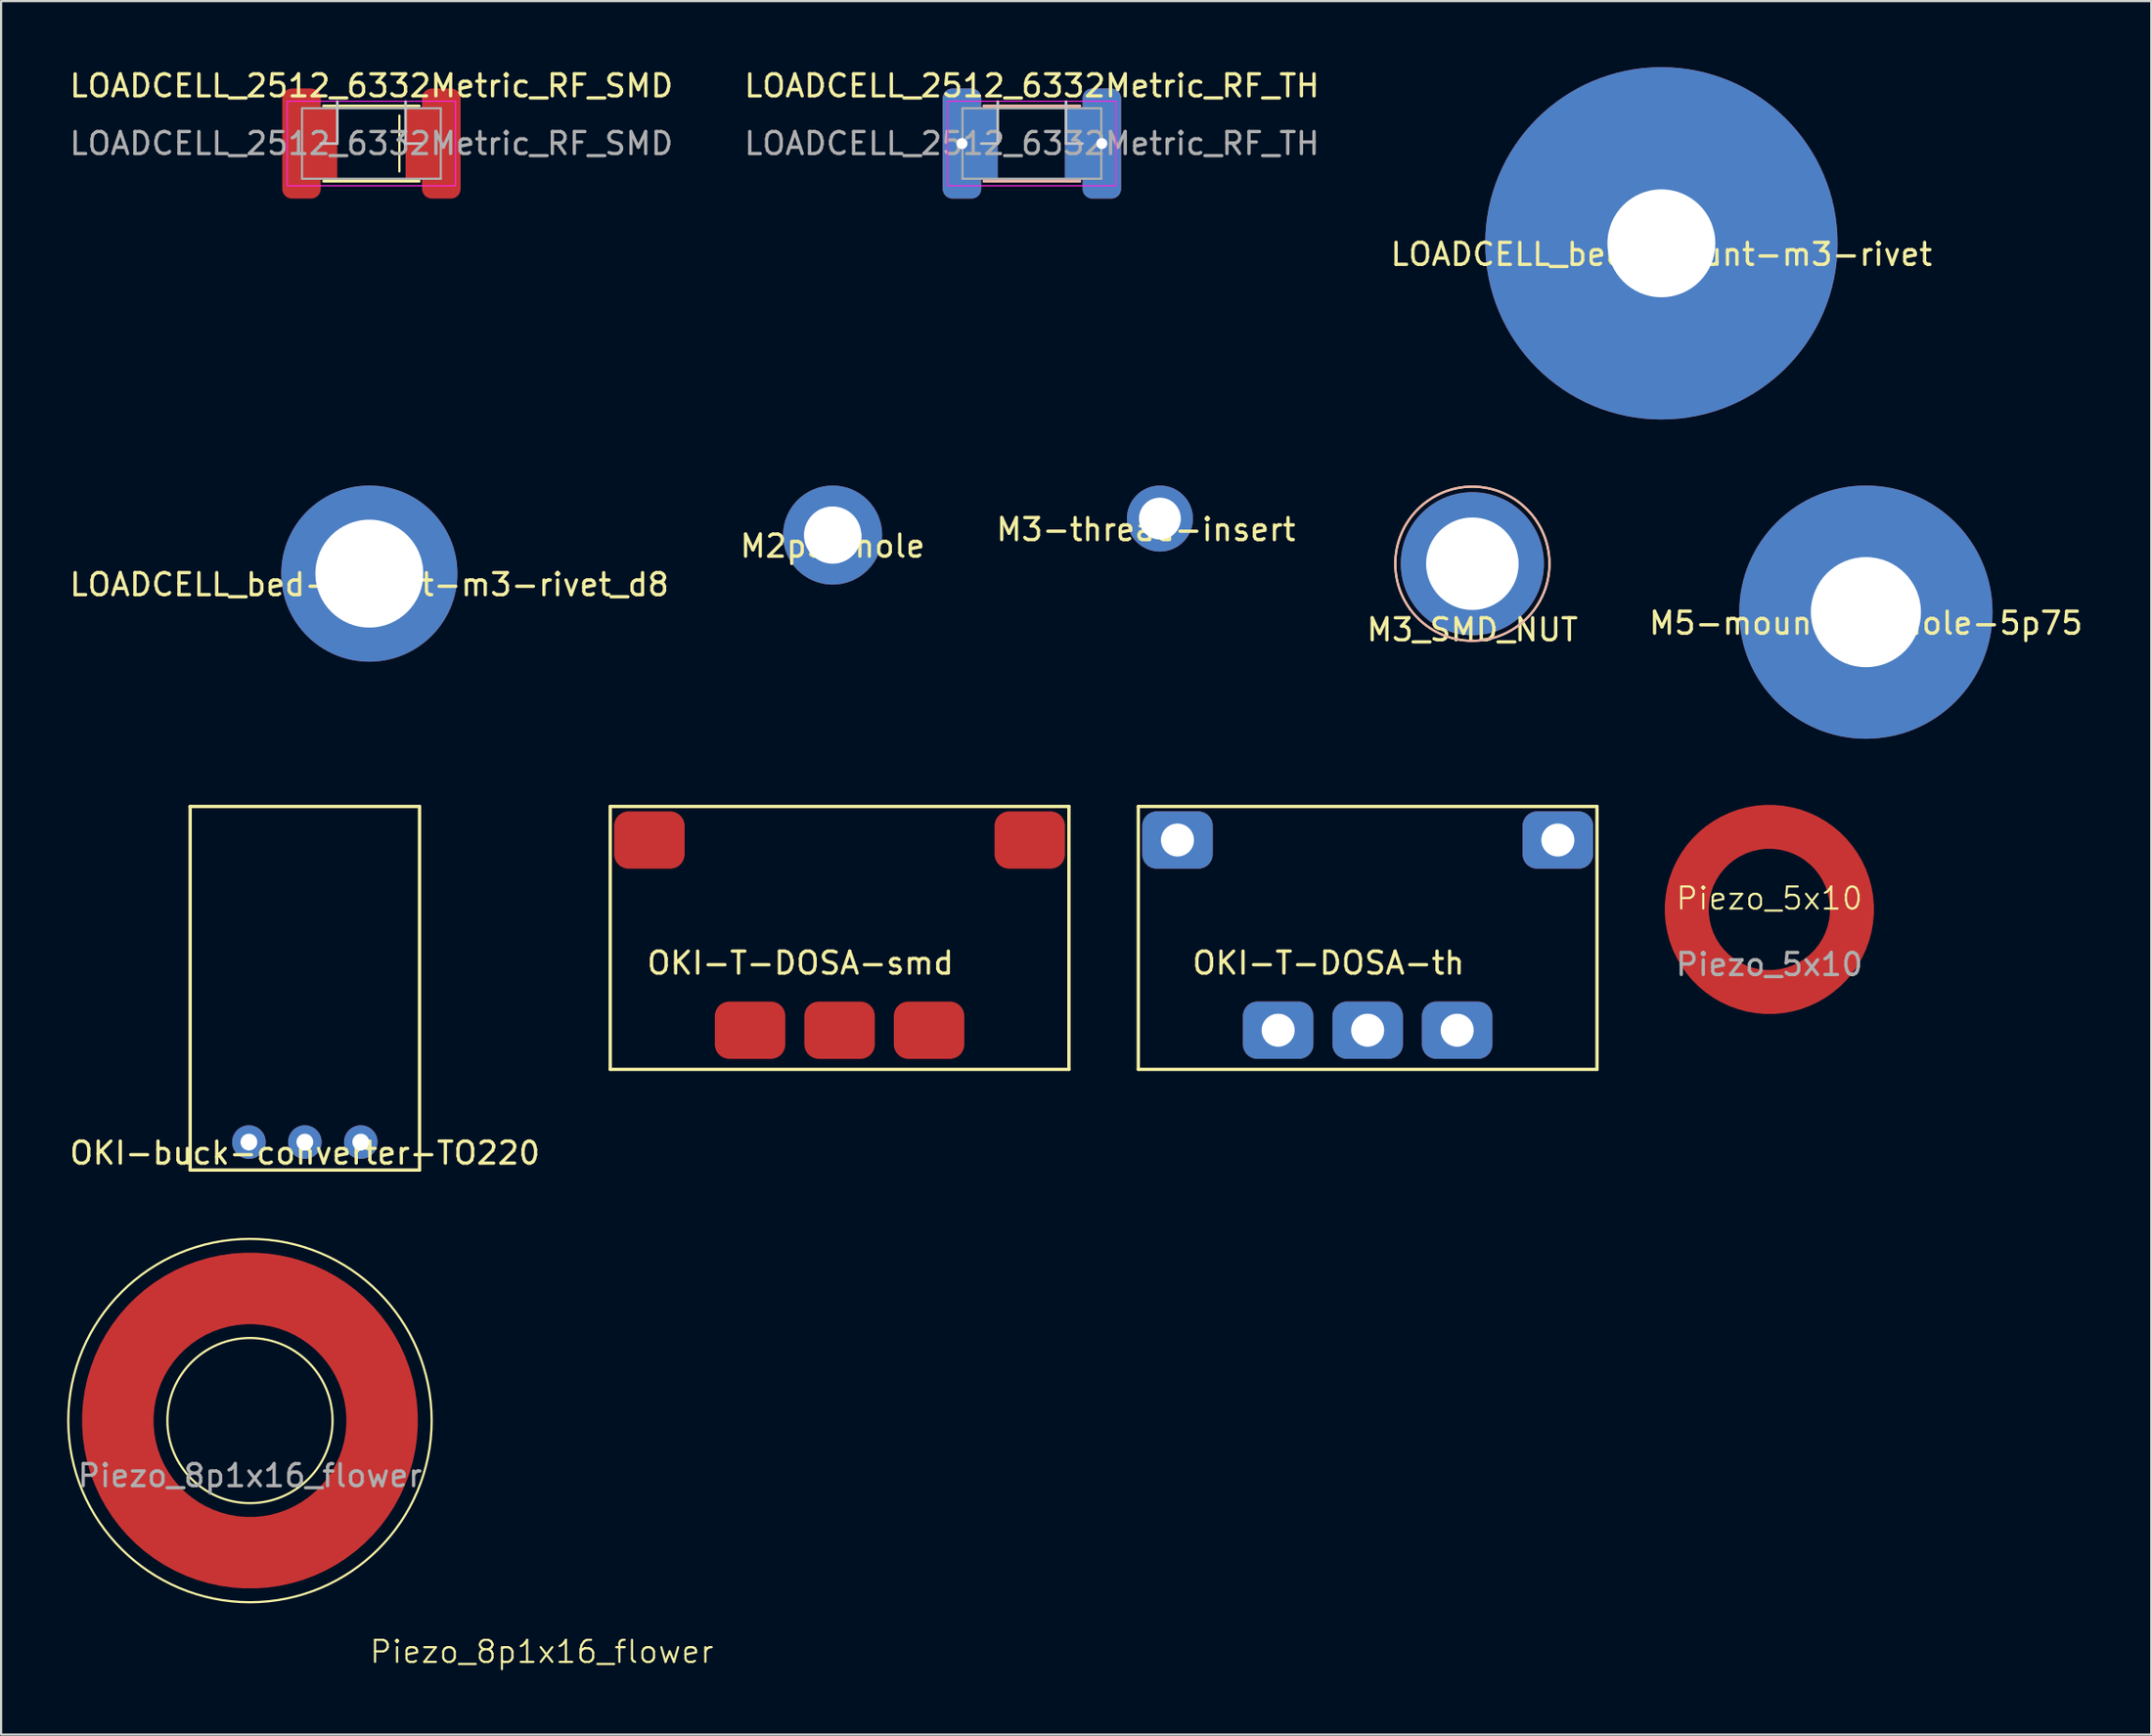
<source format=kicad_pcb>
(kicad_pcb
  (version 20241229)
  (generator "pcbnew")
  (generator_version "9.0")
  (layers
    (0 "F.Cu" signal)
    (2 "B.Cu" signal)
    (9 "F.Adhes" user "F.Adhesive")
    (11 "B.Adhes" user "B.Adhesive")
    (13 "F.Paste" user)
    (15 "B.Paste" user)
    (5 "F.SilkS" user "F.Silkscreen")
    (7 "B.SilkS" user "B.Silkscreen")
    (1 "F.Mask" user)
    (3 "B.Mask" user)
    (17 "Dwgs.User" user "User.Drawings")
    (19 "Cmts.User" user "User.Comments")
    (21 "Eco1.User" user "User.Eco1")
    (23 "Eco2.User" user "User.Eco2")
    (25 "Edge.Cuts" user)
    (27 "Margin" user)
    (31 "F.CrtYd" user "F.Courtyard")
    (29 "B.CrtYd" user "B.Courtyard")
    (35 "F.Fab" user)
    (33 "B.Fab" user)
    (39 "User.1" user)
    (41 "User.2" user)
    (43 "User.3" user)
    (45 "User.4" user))
  (footprint "Piezo_8p1x16_flower"
    (layer "F.Cu")
    (at 8.3 61.463)
    (property "Reference" "Piezo_8p1x16_flower" (at 13.25 10.5 0) (unlocked yes) (layer "F.SilkS") (effects (font (size 1 1) (thickness 0.1))))
    (attr smd)
    (fp_circle (center 0 0) (end 3.75 0) (stroke (width 0.1) (type default)) (fill no) (layer "F.SilkS"))
    (fp_circle (center 0 0) (end 8.25 0) (stroke (width 0.1) (type default)) (fill no) (layer "F.SilkS"))
    (fp_text user "${REFERENCE}" (at 0 2.5 0) (unlocked yes) (layer "F.Fab") (effects (font (size 1 1) (thickness 0.15))))
    (pad "1" smd circle (at -7 0) (size 1 1) (layers "F.Cu" "F.Mask" "F.Paste"))
    (pad "1" smd custom (at 0 -7) (size 1 1) (layers "F.Cu" "F.Mask" "F.Paste") (options (anchor circle)) (primitives (gr_circle (center 0 7) (end 6 7) (width 3.25) (fill no))))
    (pad "1" smd circle (at 0 7) (size 1 1) (layers "F.Cu" "F.Mask" "F.Paste"))
    (pad "1" smd circle (at 7 0) (size 1 1) (layers "F.Cu" "F.Mask" "F.Paste")))
  (footprint "LOADCELL_2512_6332Metric_RF_SMD"
    (layer "F.Cu")
    (at 13.815 3.468)
    (property "Reference" "LOADCELL_2512_6332Metric_RF_SMD" (at 0 -2.62 0) (layer "F.SilkS") (effects (font (size 1 1) (thickness 0.15))))
    (attr smd)
    (fp_line (start -2.177 -1.71) (end 2.177 -1.71) (stroke (width 0.12) (type solid)) (layer "F.SilkS"))
    (fp_line (start -2.177 1.71) (end 2.177 1.71) (stroke (width 0.12) (type solid)) (layer "F.SilkS"))
    (fp_line (start 1.27 -1.27) (end 1.27 1.27) (stroke (width 0.1) (type solid)) (layer "F.SilkS"))
    (fp_line (start -2.3 0) (end -1.55 0) (stroke (width 0.12) (type solid)) (layer "Dwgs.User"))
    (fp_line (start -1.55 0) (end -1.55 -1.9) (stroke (width 0.12) (type solid)) (layer "Dwgs.User"))
    (fp_line (start 1.55 0) (end 1.55 -1.9) (stroke (width 0.12) (type solid)) (layer "Dwgs.User"))
    (fp_line (start 2.3 0) (end 1.55 0) (stroke (width 0.12) (type solid)) (layer "Dwgs.User"))
    (fp_line (start -3.82 -1.92) (end 3.82 -1.92) (stroke (width 0.05) (type solid)) (layer "F.CrtYd"))
    (fp_line (start -3.82 1.92) (end -3.82 -1.92) (stroke (width 0.05) (type solid)) (layer "F.CrtYd"))
    (fp_line (start 3.82 -1.92) (end 3.82 1.92) (stroke (width 0.05) (type solid)) (layer "F.CrtYd"))
    (fp_line (start 3.82 1.92) (end -3.82 1.92) (stroke (width 0.05) (type solid)) (layer "F.CrtYd"))
    (fp_line (start -3.15 -1.6) (end 3.15 -1.6) (stroke (width 0.1) (type solid)) (layer "F.Fab"))
    (fp_line (start -3.15 1.6) (end -3.15 -1.6) (stroke (width 0.1) (type solid)) (layer "F.Fab"))
    (fp_line (start 3.15 -1.6) (end 3.15 1.6) (stroke (width 0.1) (type solid)) (layer "F.Fab"))
    (fp_line (start 3.15 1.6) (end -3.15 1.6) (stroke (width 0.1) (type solid)) (layer "F.Fab"))
    (fp_text user "${REFERENCE}" (at 0 0 0) (layer "F.Fab") (effects (font (size 1 1) (thickness 0.15))))
    (pad "1" smd roundrect (at -3.175 0) (size 1.75 5) (layers "F.Cu" "F.Mask") (roundrect_rratio 0.25))
    (pad "1" smd rect (at -2.35 0) (size 1.6 3.3) (layers "F.Cu" "F.Mask" "F.Paste"))
    (pad "2" smd rect (at 2.35 0) (size 1.6 3.3) (layers "F.Cu" "F.Mask" "F.Paste"))
    (pad "2" smd roundrect (at 3.175 0) (size 1.75 5) (layers "F.Cu" "F.Mask") (roundrect_rratio 0.25)))
  (footprint "OKI-buck-converter-TO220"
    (layer "F.Cu")
    (at 10.792 48.815)
    (property "Reference" "OKI-buck-converter-TO220" (at 0 0.5 0) (layer "F.SilkS") (effects (font (size 1 1) (thickness 0.15))))
    (attr through_hole)
    (fp_line (start -5.207 -15.24) (end -5.207 1.27) (stroke (width 0.15) (type solid)) (layer "F.SilkS"))
    (fp_line (start -5.207 1.27) (end 5.207 1.27) (stroke (width 0.15) (type solid)) (layer "F.SilkS"))
    (fp_line (start 5.207 -15.24) (end -5.207 -15.24) (stroke (width 0.15) (type solid)) (layer "F.SilkS"))
    (fp_line (start 5.207 1.27) (end 5.207 -15.24) (stroke (width 0.15) (type solid)) (layer "F.SilkS"))
    (pad "1" thru_hole circle (at -2.54 0) (size 1.524 1.524) (drill 0.762) (layers "*.Cu" "*.Mask"))
    (pad "2" thru_hole circle (at 0 0) (size 1.524 1.524) (drill 0.762) (layers "*.Cu" "*.Mask"))
    (pad "3" thru_hole circle (at 2.54 0) (size 1.524 1.524) (drill 0.762) (layers "*.Cu" "*.Mask")))
  (footprint "LOADCELL_2512_6332Metric_RF_TH"
    (layer "F.Cu")
    (at 43.804 3.468)
    (property "Reference" "LOADCELL_2512_6332Metric_RF_TH" (at 0 -2.62 0) (layer "F.SilkS") (effects (font (size 1 1) (thickness 0.15))))
    (attr smd)
    (fp_line (start -2.177 -1.71) (end 2.177 -1.71) (stroke (width 0.12) (type solid)) (layer "F.SilkS"))
    (fp_line (start -2.177 1.71) (end 2.177 1.71) (stroke (width 0.12) (type solid)) (layer "F.SilkS"))
    (fp_line (start -2.177 -1.71) (end 2.177 -1.71) (stroke (width 0.12) (type solid)) (layer "B.SilkS"))
    (fp_line (start -2.177 1.71) (end 2.177 1.71) (stroke (width 0.12) (type solid)) (layer "B.SilkS"))
    (fp_line (start -2.3 0) (end -1.55 0) (stroke (width 0.12) (type solid)) (layer "Dwgs.User"))
    (fp_line (start -1.55 0) (end -1.55 -1.9) (stroke (width 0.12) (type solid)) (layer "Dwgs.User"))
    (fp_line (start 1.55 0) (end 1.55 -1.9) (stroke (width 0.12) (type solid)) (layer "Dwgs.User"))
    (fp_line (start 2.3 0) (end 1.55 0) (stroke (width 0.12) (type solid)) (layer "Dwgs.User"))
    (fp_line (start -3.82 -1.92) (end 3.82 -1.92) (stroke (width 0.05) (type solid)) (layer "F.CrtYd"))
    (fp_line (start -3.82 1.92) (end -3.82 -1.92) (stroke (width 0.05) (type solid)) (layer "F.CrtYd"))
    (fp_line (start 3.82 -1.92) (end 3.82 1.92) (stroke (width 0.05) (type solid)) (layer "F.CrtYd"))
    (fp_line (start 3.82 1.92) (end -3.82 1.92) (stroke (width 0.05) (type solid)) (layer "F.CrtYd"))
    (fp_line (start -3.15 -1.6) (end 3.15 -1.6) (stroke (width 0.1) (type solid)) (layer "F.Fab"))
    (fp_line (start -3.15 1.6) (end -3.15 -1.6) (stroke (width 0.1) (type solid)) (layer "F.Fab"))
    (fp_line (start 3.15 -1.6) (end 3.15 1.6) (stroke (width 0.1) (type solid)) (layer "F.Fab"))
    (fp_line (start 3.15 1.6) (end -3.15 1.6) (stroke (width 0.1) (type solid)) (layer "F.Fab"))
    (fp_text user "${REFERENCE}" (at 0 0 0) (layer "F.Fab") (effects (font (size 1 1) (thickness 0.15))))
    (pad "1" thru_hole roundrect (at -3.175 0) (size 1.75 5) (drill 0.5) (layers "*.Cu" "*.Mask") (roundrect_rratio 0.25))
    (pad "1" smd rect (at -2.35 0) (size 1.6 3.3) (layers "F.Cu" "F.Mask" "F.Paste"))
    (pad "1" smd rect (at -2.35 0) (size 1.6 3.3) (layers "B.Cu" "B.Mask" "B.Paste"))
    (pad "2" smd rect (at 2.3 0) (size 1.6 3.3) (layers "F.Cu" "F.Mask" "F.Paste"))
    (pad "2" smd rect (at 2.3 0) (size 1.6 3.3) (layers "B.Cu" "B.Mask" "B.Paste"))
    (pad "2" thru_hole roundrect (at 3.175 0) (size 1.75 5) (drill 0.5) (layers "*.Cu" "*.Mask") (roundrect_rratio 0.25)))
  (footprint "M5-mounting-hole-5p75"
    (layer "F.Cu")
    (at 81.673 24.75)
    (property "Reference" "M5-mounting-hole-5p75" (at 0 0.5 0) (layer "F.SilkS") (effects (font (size 1 1) (thickness 0.15))))
    (attr through_hole)
    (pad "1" thru_hole circle (at 0 0) (size 11.5 11.5) (drill 5) (layers "*.Cu" "*.Mask")))
  (footprint "OKI-T-DOSA-th"
    (layer "F.Cu")
    (at 56.764 42.973)
    (property "Reference" "OKI-T-DOSA-th" (at 0.508 -2.286 0) (layer "F.SilkS") (effects (font (size 1 1) (thickness 0.15))))
    (attr through_hole)
    (fp_line (start -8.128 -9.398) (end -8.128 2.54) (stroke (width 0.15) (type solid)) (layer "F.SilkS"))
    (fp_line (start -8.128 2.54) (end 12.7 2.54) (stroke (width 0.15) (type solid)) (layer "F.SilkS"))
    (fp_line (start 12.7 -9.398) (end -8.128 -9.398) (stroke (width 0.15) (type solid)) (layer "F.SilkS"))
    (fp_line (start 12.7 2.54) (end 12.7 -9.398) (stroke (width 0.15) (type solid)) (layer "F.SilkS"))
    (pad "1" thru_hole roundrect (at 10.922 -7.874) (size 3.2 2.6) (drill 1.5) (layers "*.Cu" "*.Mask") (roundrect_rratio 0.25))
    (pad "2" thru_hole roundrect (at -6.35 -7.874) (size 3.2 2.6) (drill 1.5) (layers "*.Cu" "*.Mask") (roundrect_rratio 0.25))
    (pad "3" thru_hole roundrect (at -1.778 0.762) (size 3.2 2.6) (drill 1.5) (layers "*.Cu" "*.Mask") (roundrect_rratio 0.25))
    (pad "4" thru_hole roundrect (at 2.286 0.762) (size 3.2 2.6) (drill 1.5) (layers "*.Cu" "*.Mask") (roundrect_rratio 0.25))
    (pad "5" thru_hole roundrect (at 6.35 0.762) (size 3.2 2.6) (drill 1.5) (layers "*.Cu" "*.Mask") (roundrect_rratio 0.25)))
  (footprint "LOADCELL_bed-mount-m3-rivet"
    (layer "F.Cu")
    (at 72.387 8)
    (property "Reference" "LOADCELL_bed-mount-m3-rivet" (at 0 0.5 0) (layer "F.SilkS") (effects (font (size 1 1) (thickness 0.15))))
    (attr through_hole)
    (pad "1" thru_hole circle (at 0 0) (size 16 16) (drill 4.9) (layers "*.Cu" "*.Mask")))
  (footprint "OKI-T-DOSA-smd"
    (layer "F.Cu")
    (at 32.786 42.973)
    (property "Reference" "OKI-T-DOSA-smd" (at 0.508 -2.286 0) (layer "F.SilkS") (effects (font (size 1 1) (thickness 0.15))))
    (attr through_hole)
    (fp_line (start -8.128 -9.398) (end -8.128 2.54) (stroke (width 0.15) (type solid)) (layer "F.SilkS"))
    (fp_line (start -8.128 2.54) (end 12.7 2.54) (stroke (width 0.15) (type solid)) (layer "F.SilkS"))
    (fp_line (start 12.7 -9.398) (end -8.128 -9.398) (stroke (width 0.15) (type solid)) (layer "F.SilkS"))
    (fp_line (start 12.7 2.54) (end 12.7 -9.398) (stroke (width 0.15) (type solid)) (layer "F.SilkS"))
    (pad "1" smd roundrect (at 10.922 -7.874) (size 3.2 2.6) (layers "F.Cu" "F.Mask") (roundrect_rratio 0.25))
    (pad "2" smd roundrect (at -6.35 -7.874) (size 3.2 2.6) (layers "F.Cu" "F.Mask") (roundrect_rratio 0.25))
    (pad "3" smd roundrect (at -1.778 0.762) (size 3.2 2.6) (layers "F.Cu" "F.Mask") (roundrect_rratio 0.25))
    (pad "4" smd roundrect (at 2.286 0.762) (size 3.2 2.6) (layers "F.Cu" "F.Mask") (roundrect_rratio 0.25))
    (pad "5" smd roundrect (at 6.35 0.762) (size 3.2 2.6) (layers "F.Cu" "F.Mask") (roundrect_rratio 0.25)))
  (footprint "LOADCELL_bed-mount-m3-rivet_d8"
    (layer "F.Cu")
    (at 13.72 23)
    (property "Reference" "LOADCELL_bed-mount-m3-rivet_d8" (at 0 0.5 0) (layer "F.SilkS") (effects (font (size 1 1) (thickness 0.15))))
    (attr through_hole)
    (pad "1" thru_hole circle (at 0 0) (size 8 8) (drill 4.9) (layers "*.Cu" "*.Mask")))
  (footprint "M3-thread-insert"
    (layer "F.Cu")
    (at 48.982 20.5)
    (property "Reference" "M3-thread-insert" (at 0 0.5 0) (layer "F.SilkS") (effects (font (size 1 1) (thickness 0.15))))
    (attr through_hole)
    (pad "1" thru_hole circle (at 0.635 0) (size 3 3) (drill 1.9) (layers "*.Cu" "*.Mask")))
  (footprint "Piezo_5x10"
    (layer "F.Cu")
    (at 77.289 38.25)
    (property "Reference" "Piezo_5x10" (at 0 -0.5 0) (unlocked yes) (layer "F.SilkS") (effects (font (size 1 1) (thickness 0.1))))
    (attr smd)
    (fp_text user "${REFERENCE}" (at 0 2.5 0) (unlocked yes) (layer "F.Fab") (effects (font (size 1 1) (thickness 0.15))))
    (pad "1" smd custom (at 0 -4) (size 1 1) (layers "F.Cu" "F.Mask" "F.Paste") (options (anchor circle)) (primitives (gr_circle (center 0 4) (end 3.75 4) (width 2) (fill no)))))
  (footprint "M3_SMD_NUT"
    (layer "F.Cu")
    (at 63.804 22.55)
    (property "Reference" "M3_SMD_NUT" (at 0 3 0) (layer "F.SilkS") (effects (font (size 1 1) (thickness 0.15))))
    (attr through_hole)
    (fp_circle (center 0 0) (end 3.5 0) (stroke (width 0.1) (type solid)) (fill no) (layer "F.SilkS"))
    (fp_circle (center 0 0) (end 3.5 0) (stroke (width 0.1) (type solid)) (fill no) (layer "B.SilkS"))
    (pad "1" thru_hole circle (at 0 0) (size 6.5 6.5) (drill 4.2) (layers "*.Cu" "*.Mask")))
  (footprint "M2p5-hole"
    (layer "F.Cu")
    (at 34.756 21.25)
    (property "Reference" "M2p5-hole" (at 0 0.5 0) (layer "F.SilkS") (effects (font (size 1 1) (thickness 0.15))))
    (attr through_hole)
    (pad "1" thru_hole circle (at 0 0) (size 4.5 4.5) (drill 2.6) (layers "*.Cu" "*.Mask")))
  (gr_rect
    (start -3 -3)
    (end 94.631 75.724)
    (stroke (width 0.1) (type default))
    (fill no)
    (layer "Edge.Cuts")))
</source>
